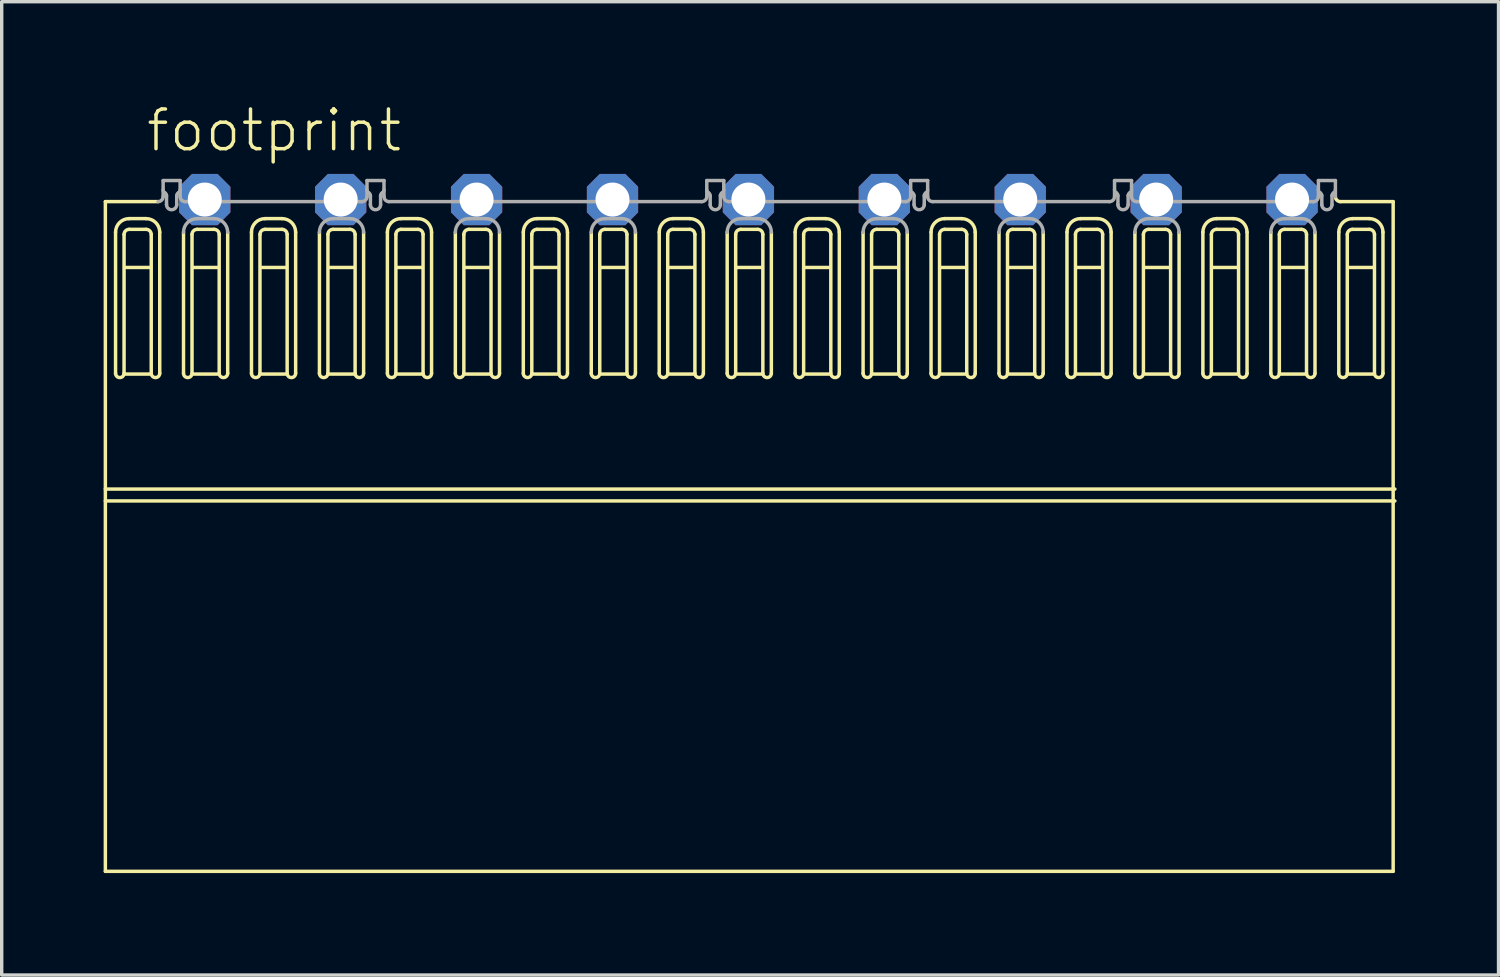
<source format=kicad_pcb>
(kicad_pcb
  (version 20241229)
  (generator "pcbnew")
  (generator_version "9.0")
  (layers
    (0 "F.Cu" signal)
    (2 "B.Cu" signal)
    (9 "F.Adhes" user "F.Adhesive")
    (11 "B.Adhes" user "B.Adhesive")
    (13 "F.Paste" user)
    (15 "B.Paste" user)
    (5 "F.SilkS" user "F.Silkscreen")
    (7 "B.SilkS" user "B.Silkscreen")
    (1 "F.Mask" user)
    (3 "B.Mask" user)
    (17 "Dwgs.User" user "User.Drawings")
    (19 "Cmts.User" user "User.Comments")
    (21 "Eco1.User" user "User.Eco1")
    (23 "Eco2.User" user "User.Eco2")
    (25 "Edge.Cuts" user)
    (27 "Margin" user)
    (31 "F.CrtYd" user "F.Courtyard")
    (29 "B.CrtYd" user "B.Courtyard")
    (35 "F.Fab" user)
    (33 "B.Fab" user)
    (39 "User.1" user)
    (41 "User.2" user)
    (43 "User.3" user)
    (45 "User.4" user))
  (footprint "footprint"
    (layer "F.Cu")
    (at 18.976 2.823)
    (property "Reference" "footprint" (at -17.78 -1.35 0) (layer "F.SilkS") (effects (font (size 1.168 1.168) (thickness 0.102)) (justify left bottom)))
    (fp_line (start -18.925 0.061) (end -18.925 19.771) (stroke (width 0.102) (type solid)) (layer "F.SilkS"))
    (fp_line (start -18.925 0.061) (end -17.375 0.061) (stroke (width 0.102) (type solid)) (layer "F.SilkS"))
    (fp_line (start -18.925 8.52) (end 19.025 8.52) (stroke (width 0.102) (type solid)) (layer "F.SilkS"))
    (fp_line (start -18.925 8.87) (end 19.025 8.87) (stroke (width 0.102) (type solid)) (layer "F.SilkS"))
    (fp_line (start -18.625 5.114) (end -18.625 0.961) (stroke (width 0.102) (type solid)) (layer "F.SilkS"))
    (fp_line (start -18.375 1.027) (end -18.375 5.114) (stroke (width 0.102) (type solid)) (layer "F.SilkS"))
    (fp_line (start -18.325 1.999) (end -17.625 1.999) (stroke (width 0.102) (type solid)) (layer "F.SilkS"))
    (fp_line (start -18.325 5.136) (end -17.625 5.136) (stroke (width 0.102) (type solid)) (layer "F.SilkS"))
    (fp_line (start -18.225 0.561) (end -17.725 0.561) (stroke (width 0.102) (type solid)) (layer "F.SilkS"))
    (fp_line (start -17.725 0.877) (end -18.225 0.877) (stroke (width 0.102) (type solid)) (layer "F.SilkS"))
    (fp_line (start -17.575 5.114) (end -17.575 1.027) (stroke (width 0.102) (type solid)) (layer "F.SilkS"))
    (fp_line (start -17.325 0.961) (end -17.325 5.114) (stroke (width 0.102) (type solid)) (layer "F.SilkS"))
    (fp_line (start -16.625 5.114) (end -16.625 0.961) (stroke (width 0.102) (type solid)) (layer "F.SilkS"))
    (fp_line (start -16.375 1.027) (end -16.375 5.114) (stroke (width 0.102) (type solid)) (layer "F.SilkS"))
    (fp_line (start -16.325 1.999) (end -15.625 1.999) (stroke (width 0.102) (type solid)) (layer "F.SilkS"))
    (fp_line (start -16.325 5.136) (end -15.625 5.136) (stroke (width 0.102) (type solid)) (layer "F.SilkS"))
    (fp_line (start -15.725 0.877) (end -16.225 0.877) (stroke (width 0.102) (type solid)) (layer "F.SilkS"))
    (fp_line (start -15.575 5.114) (end -15.575 1.027) (stroke (width 0.102) (type solid)) (layer "F.SilkS"))
    (fp_line (start -15.325 0.961) (end -15.325 5.114) (stroke (width 0.102) (type solid)) (layer "F.SilkS"))
    (fp_line (start -14.625 5.114) (end -14.625 0.961) (stroke (width 0.102) (type solid)) (layer "F.SilkS"))
    (fp_line (start -14.375 1.027) (end -14.375 5.114) (stroke (width 0.102) (type solid)) (layer "F.SilkS"))
    (fp_line (start -14.325 1.999) (end -13.625 1.999) (stroke (width 0.102) (type solid)) (layer "F.SilkS"))
    (fp_line (start -14.325 5.136) (end -13.625 5.136) (stroke (width 0.102) (type solid)) (layer "F.SilkS"))
    (fp_line (start -14.225 0.561) (end -13.725 0.561) (stroke (width 0.102) (type solid)) (layer "F.SilkS"))
    (fp_line (start -13.725 0.877) (end -14.225 0.877) (stroke (width 0.102) (type solid)) (layer "F.SilkS"))
    (fp_line (start -13.575 5.114) (end -13.575 1.027) (stroke (width 0.102) (type solid)) (layer "F.SilkS"))
    (fp_line (start -13.325 0.961) (end -13.325 5.114) (stroke (width 0.102) (type solid)) (layer "F.SilkS"))
    (fp_line (start -12.625 5.114) (end -12.625 0.961) (stroke (width 0.102) (type solid)) (layer "F.SilkS"))
    (fp_line (start -12.375 1.027) (end -12.375 5.114) (stroke (width 0.102) (type solid)) (layer "F.SilkS"))
    (fp_line (start -12.325 1.999) (end -11.625 1.999) (stroke (width 0.102) (type solid)) (layer "F.SilkS"))
    (fp_line (start -12.325 5.136) (end -11.625 5.136) (stroke (width 0.102) (type solid)) (layer "F.SilkS"))
    (fp_line (start -11.725 0.877) (end -12.225 0.877) (stroke (width 0.102) (type solid)) (layer "F.SilkS"))
    (fp_line (start -11.575 5.114) (end -11.575 1.027) (stroke (width 0.102) (type solid)) (layer "F.SilkS"))
    (fp_line (start -11.325 0.961) (end -11.325 5.114) (stroke (width 0.102) (type solid)) (layer "F.SilkS"))
    (fp_line (start -10.625 5.114) (end -10.625 0.961) (stroke (width 0.102) (type solid)) (layer "F.SilkS"))
    (fp_line (start -10.375 1.027) (end -10.375 5.114) (stroke (width 0.102) (type solid)) (layer "F.SilkS"))
    (fp_line (start -10.325 1.999) (end -9.625 1.999) (stroke (width 0.102) (type solid)) (layer "F.SilkS"))
    (fp_line (start -10.325 5.136) (end -9.625 5.136) (stroke (width 0.102) (type solid)) (layer "F.SilkS"))
    (fp_line (start -10.225 0.561) (end -9.725 0.561) (stroke (width 0.102) (type solid)) (layer "F.SilkS"))
    (fp_line (start -9.725 0.877) (end -10.225 0.877) (stroke (width 0.102) (type solid)) (layer "F.SilkS"))
    (fp_line (start -9.575 5.114) (end -9.575 1.027) (stroke (width 0.102) (type solid)) (layer "F.SilkS"))
    (fp_line (start -9.325 0.961) (end -9.325 5.114) (stroke (width 0.102) (type solid)) (layer "F.SilkS"))
    (fp_line (start -8.625 5.114) (end -8.625 0.961) (stroke (width 0.102) (type solid)) (layer "F.SilkS"))
    (fp_line (start -8.375 1.027) (end -8.375 5.114) (stroke (width 0.102) (type solid)) (layer "F.SilkS"))
    (fp_line (start -8.325 1.999) (end -7.625 1.999) (stroke (width 0.102) (type solid)) (layer "F.SilkS"))
    (fp_line (start -8.325 5.136) (end -7.625 5.136) (stroke (width 0.102) (type solid)) (layer "F.SilkS"))
    (fp_line (start -7.725 0.877) (end -8.225 0.877) (stroke (width 0.102) (type solid)) (layer "F.SilkS"))
    (fp_line (start -7.575 5.114) (end -7.575 1.027) (stroke (width 0.102) (type solid)) (layer "F.SilkS"))
    (fp_line (start -7.325 0.961) (end -7.325 5.114) (stroke (width 0.102) (type solid)) (layer "F.SilkS"))
    (fp_line (start -6.625 5.114) (end -6.625 0.961) (stroke (width 0.102) (type solid)) (layer "F.SilkS"))
    (fp_line (start -6.375 1.027) (end -6.375 5.114) (stroke (width 0.102) (type solid)) (layer "F.SilkS"))
    (fp_line (start -6.325 1.999) (end -5.625 1.999) (stroke (width 0.102) (type solid)) (layer "F.SilkS"))
    (fp_line (start -6.325 5.136) (end -5.625 5.136) (stroke (width 0.102) (type solid)) (layer "F.SilkS"))
    (fp_line (start -6.225 0.561) (end -5.725 0.561) (stroke (width 0.102) (type solid)) (layer "F.SilkS"))
    (fp_line (start -5.725 0.877) (end -6.225 0.877) (stroke (width 0.102) (type solid)) (layer "F.SilkS"))
    (fp_line (start -5.575 5.114) (end -5.575 1.027) (stroke (width 0.102) (type solid)) (layer "F.SilkS"))
    (fp_line (start -5.325 0.961) (end -5.325 5.114) (stroke (width 0.102) (type solid)) (layer "F.SilkS"))
    (fp_line (start -4.625 5.114) (end -4.625 0.961) (stroke (width 0.102) (type solid)) (layer "F.SilkS"))
    (fp_line (start -4.375 1.027) (end -4.375 5.114) (stroke (width 0.102) (type solid)) (layer "F.SilkS"))
    (fp_line (start -4.325 1.999) (end -3.625 1.999) (stroke (width 0.102) (type solid)) (layer "F.SilkS"))
    (fp_line (start -4.325 5.136) (end -3.625 5.136) (stroke (width 0.102) (type solid)) (layer "F.SilkS"))
    (fp_line (start -3.725 0.877) (end -4.225 0.877) (stroke (width 0.102) (type solid)) (layer "F.SilkS"))
    (fp_line (start -3.575 5.114) (end -3.575 1.027) (stroke (width 0.102) (type solid)) (layer "F.SilkS"))
    (fp_line (start -3.325 0.961) (end -3.325 5.114) (stroke (width 0.102) (type solid)) (layer "F.SilkS"))
    (fp_line (start -2.625 0.961) (end -2.625 5.114) (stroke (width 0.102) (type solid)) (layer "F.SilkS"))
    (fp_line (start -2.375 5.114) (end -2.375 1.027) (stroke (width 0.102) (type solid)) (layer "F.SilkS"))
    (fp_line (start -2.225 0.877) (end -1.725 0.877) (stroke (width 0.102) (type solid)) (layer "F.SilkS"))
    (fp_line (start -1.725 0.561) (end -2.225 0.561) (stroke (width 0.102) (type solid)) (layer "F.SilkS"))
    (fp_line (start -1.625 1.999) (end -2.325 1.999) (stroke (width 0.102) (type solid)) (layer "F.SilkS"))
    (fp_line (start -1.625 5.136) (end -2.325 5.136) (stroke (width 0.102) (type solid)) (layer "F.SilkS"))
    (fp_line (start -1.575 1.027) (end -1.575 5.114) (stroke (width 0.102) (type solid)) (layer "F.SilkS"))
    (fp_line (start -1.325 5.114) (end -1.325 0.961) (stroke (width 0.102) (type solid)) (layer "F.SilkS"))
    (fp_line (start -0.625 0.961) (end -0.625 5.114) (stroke (width 0.102) (type solid)) (layer "F.SilkS"))
    (fp_line (start -0.375 5.114) (end -0.375 1.027) (stroke (width 0.102) (type solid)) (layer "F.SilkS"))
    (fp_line (start -0.225 0.877) (end 0.275 0.877) (stroke (width 0.102) (type solid)) (layer "F.SilkS"))
    (fp_line (start 0.375 1.999) (end -0.325 1.999) (stroke (width 0.102) (type solid)) (layer "F.SilkS"))
    (fp_line (start 0.375 5.136) (end -0.325 5.136) (stroke (width 0.102) (type solid)) (layer "F.SilkS"))
    (fp_line (start 0.425 1.027) (end 0.425 5.114) (stroke (width 0.102) (type solid)) (layer "F.SilkS"))
    (fp_line (start 0.675 5.114) (end 0.675 0.961) (stroke (width 0.102) (type solid)) (layer "F.SilkS"))
    (fp_line (start 1.375 0.961) (end 1.375 5.114) (stroke (width 0.102) (type solid)) (layer "F.SilkS"))
    (fp_line (start 1.625 5.114) (end 1.625 1.027) (stroke (width 0.102) (type solid)) (layer "F.SilkS"))
    (fp_line (start 1.775 0.877) (end 2.275 0.877) (stroke (width 0.102) (type solid)) (layer "F.SilkS"))
    (fp_line (start 2.275 0.561) (end 1.775 0.561) (stroke (width 0.102) (type solid)) (layer "F.SilkS"))
    (fp_line (start 2.375 1.999) (end 1.675 1.999) (stroke (width 0.102) (type solid)) (layer "F.SilkS"))
    (fp_line (start 2.375 5.136) (end 1.675 5.136) (stroke (width 0.102) (type solid)) (layer "F.SilkS"))
    (fp_line (start 2.425 1.027) (end 2.425 5.114) (stroke (width 0.102) (type solid)) (layer "F.SilkS"))
    (fp_line (start 2.675 5.114) (end 2.675 0.961) (stroke (width 0.102) (type solid)) (layer "F.SilkS"))
    (fp_line (start 3.375 0.961) (end 3.375 5.114) (stroke (width 0.102) (type solid)) (layer "F.SilkS"))
    (fp_line (start 3.625 5.114) (end 3.625 1.027) (stroke (width 0.102) (type solid)) (layer "F.SilkS"))
    (fp_line (start 3.775 0.877) (end 4.275 0.877) (stroke (width 0.102) (type solid)) (layer "F.SilkS"))
    (fp_line (start 4.375 1.999) (end 3.675 1.999) (stroke (width 0.102) (type solid)) (layer "F.SilkS"))
    (fp_line (start 4.375 5.136) (end 3.675 5.136) (stroke (width 0.102) (type solid)) (layer "F.SilkS"))
    (fp_line (start 4.425 1.027) (end 4.425 5.114) (stroke (width 0.102) (type solid)) (layer "F.SilkS"))
    (fp_line (start 4.675 5.114) (end 4.675 0.961) (stroke (width 0.102) (type solid)) (layer "F.SilkS"))
    (fp_line (start 5.375 0.961) (end 5.375 5.114) (stroke (width 0.102) (type solid)) (layer "F.SilkS"))
    (fp_line (start 5.625 5.114) (end 5.625 1.027) (stroke (width 0.102) (type solid)) (layer "F.SilkS"))
    (fp_line (start 5.775 0.877) (end 6.275 0.877) (stroke (width 0.102) (type solid)) (layer "F.SilkS"))
    (fp_line (start 6.275 0.561) (end 5.775 0.561) (stroke (width 0.102) (type solid)) (layer "F.SilkS"))
    (fp_line (start 6.375 1.999) (end 5.675 1.999) (stroke (width 0.102) (type solid)) (layer "F.SilkS"))
    (fp_line (start 6.375 5.136) (end 5.675 5.136) (stroke (width 0.102) (type solid)) (layer "F.SilkS"))
    (fp_line (start 6.425 1.027) (end 6.425 5.114) (stroke (width 0.102) (type solid)) (layer "F.SilkS"))
    (fp_line (start 6.675 5.114) (end 6.675 0.961) (stroke (width 0.102) (type solid)) (layer "F.SilkS"))
    (fp_line (start 7.375 0.961) (end 7.375 5.114) (stroke (width 0.102) (type solid)) (layer "F.SilkS"))
    (fp_line (start 7.625 5.114) (end 7.625 1.027) (stroke (width 0.102) (type solid)) (layer "F.SilkS"))
    (fp_line (start 7.775 0.877) (end 8.275 0.877) (stroke (width 0.102) (type solid)) (layer "F.SilkS"))
    (fp_line (start 8.375 1.999) (end 7.675 1.999) (stroke (width 0.102) (type solid)) (layer "F.SilkS"))
    (fp_line (start 8.375 5.136) (end 7.675 5.136) (stroke (width 0.102) (type solid)) (layer "F.SilkS"))
    (fp_line (start 8.425 1.027) (end 8.425 5.114) (stroke (width 0.102) (type solid)) (layer "F.SilkS"))
    (fp_line (start 8.675 5.114) (end 8.675 0.961) (stroke (width 0.102) (type solid)) (layer "F.SilkS"))
    (fp_line (start 9.375 0.961) (end 9.375 5.114) (stroke (width 0.102) (type solid)) (layer "F.SilkS"))
    (fp_line (start 9.625 5.114) (end 9.625 1.027) (stroke (width 0.102) (type solid)) (layer "F.SilkS"))
    (fp_line (start 9.775 0.877) (end 10.275 0.877) (stroke (width 0.102) (type solid)) (layer "F.SilkS"))
    (fp_line (start 10.275 0.561) (end 9.775 0.561) (stroke (width 0.102) (type solid)) (layer "F.SilkS"))
    (fp_line (start 10.375 1.999) (end 9.675 1.999) (stroke (width 0.102) (type solid)) (layer "F.SilkS"))
    (fp_line (start 10.375 5.136) (end 9.675 5.136) (stroke (width 0.102) (type solid)) (layer "F.SilkS"))
    (fp_line (start 10.425 1.027) (end 10.425 5.114) (stroke (width 0.102) (type solid)) (layer "F.SilkS"))
    (fp_line (start 10.675 5.114) (end 10.675 0.961) (stroke (width 0.102) (type solid)) (layer "F.SilkS"))
    (fp_line (start 11.375 0.961) (end 11.375 5.114) (stroke (width 0.102) (type solid)) (layer "F.SilkS"))
    (fp_line (start 11.625 5.114) (end 11.625 1.027) (stroke (width 0.102) (type solid)) (layer "F.SilkS"))
    (fp_line (start 11.775 0.877) (end 12.275 0.877) (stroke (width 0.102) (type solid)) (layer "F.SilkS"))
    (fp_line (start 12.375 1.999) (end 11.675 1.999) (stroke (width 0.102) (type solid)) (layer "F.SilkS"))
    (fp_line (start 12.375 5.136) (end 11.675 5.136) (stroke (width 0.102) (type solid)) (layer "F.SilkS"))
    (fp_line (start 12.425 1.027) (end 12.425 5.114) (stroke (width 0.102) (type solid)) (layer "F.SilkS"))
    (fp_line (start 12.675 5.114) (end 12.675 0.961) (stroke (width 0.102) (type solid)) (layer "F.SilkS"))
    (fp_line (start 13.375 0.961) (end 13.375 5.114) (stroke (width 0.102) (type solid)) (layer "F.SilkS"))
    (fp_line (start 13.625 5.114) (end 13.625 1.027) (stroke (width 0.102) (type solid)) (layer "F.SilkS"))
    (fp_line (start 13.775 0.877) (end 14.275 0.877) (stroke (width 0.102) (type solid)) (layer "F.SilkS"))
    (fp_line (start 14.275 0.561) (end 13.775 0.561) (stroke (width 0.102) (type solid)) (layer "F.SilkS"))
    (fp_line (start 14.375 1.999) (end 13.675 1.999) (stroke (width 0.102) (type solid)) (layer "F.SilkS"))
    (fp_line (start 14.375 5.136) (end 13.675 5.136) (stroke (width 0.102) (type solid)) (layer "F.SilkS"))
    (fp_line (start 14.425 1.027) (end 14.425 5.114) (stroke (width 0.102) (type solid)) (layer "F.SilkS"))
    (fp_line (start 14.675 5.114) (end 14.675 0.961) (stroke (width 0.102) (type solid)) (layer "F.SilkS"))
    (fp_line (start 15.375 0.961) (end 15.375 5.114) (stroke (width 0.102) (type solid)) (layer "F.SilkS"))
    (fp_line (start 15.625 5.114) (end 15.625 1.027) (stroke (width 0.102) (type solid)) (layer "F.SilkS"))
    (fp_line (start 15.775 0.877) (end 16.275 0.877) (stroke (width 0.102) (type solid)) (layer "F.SilkS"))
    (fp_line (start 16.375 1.999) (end 15.675 1.999) (stroke (width 0.102) (type solid)) (layer "F.SilkS"))
    (fp_line (start 16.375 5.136) (end 15.675 5.136) (stroke (width 0.102) (type solid)) (layer "F.SilkS"))
    (fp_line (start 16.425 1.027) (end 16.425 5.114) (stroke (width 0.102) (type solid)) (layer "F.SilkS"))
    (fp_line (start 16.675 5.114) (end 16.675 0.961) (stroke (width 0.102) (type solid)) (layer "F.SilkS"))
    (fp_line (start 17.375 0.961) (end 17.375 5.114) (stroke (width 0.102) (type solid)) (layer "F.SilkS"))
    (fp_line (start 17.425 0.061) (end 18.975 0.061) (stroke (width 0.102) (type solid)) (layer "F.SilkS"))
    (fp_line (start 17.625 5.114) (end 17.625 1.027) (stroke (width 0.102) (type solid)) (layer "F.SilkS"))
    (fp_line (start 17.775 0.877) (end 18.275 0.877) (stroke (width 0.102) (type solid)) (layer "F.SilkS"))
    (fp_line (start 18.275 0.561) (end 17.775 0.561) (stroke (width 0.102) (type solid)) (layer "F.SilkS"))
    (fp_line (start 18.375 1.999) (end 17.675 1.999) (stroke (width 0.102) (type solid)) (layer "F.SilkS"))
    (fp_line (start 18.375 5.136) (end 17.675 5.136) (stroke (width 0.102) (type solid)) (layer "F.SilkS"))
    (fp_line (start 18.425 1.027) (end 18.425 5.114) (stroke (width 0.102) (type solid)) (layer "F.SilkS"))
    (fp_line (start 18.675 5.114) (end 18.675 0.961) (stroke (width 0.102) (type solid)) (layer "F.SilkS"))
    (fp_line (start 18.975 0.061) (end 18.975 19.771) (stroke (width 0.102) (type solid)) (layer "F.SilkS"))
    (fp_line (start 18.975 19.771) (end -18.925 19.771) (stroke (width 0.102) (type solid)) (layer "F.SilkS"))
    (fp_arc (start -18.6252 0.9612) (mid -18.508043 0.678357) (end -18.2252 0.5612) (stroke (width 0.1016) (type solid)) (layer "F.SilkS"))
    (fp_arc (start -18.3752 1.0269) (mid -18.331266 0.920834) (end -18.2252 0.8769) (stroke (width 0.1016) (type solid)) (layer "F.SilkS"))
    (fp_arc (start -18.3752 5.1139) (mid -18.5002 5.2389) (end -18.6252 5.1139) (stroke (width 0.1016) (type solid)) (layer "F.SilkS"))
    (fp_arc (start -17.7252 0.5612) (mid -17.442357 0.678357) (end -17.3252 0.9612) (stroke (width 0.1016) (type solid)) (layer "F.SilkS"))
    (fp_arc (start -17.7252 0.8769) (mid -17.619134 0.920834) (end -17.5752 1.0269) (stroke (width 0.1016) (type solid)) (layer "F.SilkS"))
    (fp_arc (start -17.3252 5.1139) (mid -17.4502 5.2389) (end -17.5752 5.1139) (stroke (width 0.1016) (type solid)) (layer "F.SilkS"))
    (fp_arc (start -16.3752 1.0269) (mid -16.331266 0.920834) (end -16.2252 0.8769) (stroke (width 0.1016) (type solid)) (layer "F.SilkS"))
    (fp_arc (start -16.3752 5.1139) (mid -16.5002 5.2389) (end -16.6252 5.1139) (stroke (width 0.1016) (type solid)) (layer "F.SilkS"))
    (fp_arc (start -15.7252 0.8769) (mid -15.619134 0.920834) (end -15.5752 1.0269) (stroke (width 0.1016) (type solid)) (layer "F.SilkS"))
    (fp_arc (start -15.3252 5.1139) (mid -15.4502 5.2389) (end -15.5752 5.1139) (stroke (width 0.1016) (type solid)) (layer "F.SilkS"))
    (fp_arc (start -14.6252 0.9612) (mid -14.508043 0.678357) (end -14.2252 0.5612) (stroke (width 0.1016) (type solid)) (layer "F.SilkS"))
    (fp_arc (start -14.3752 1.0269) (mid -14.331266 0.920834) (end -14.2252 0.8769) (stroke (width 0.1016) (type solid)) (layer "F.SilkS"))
    (fp_arc (start -14.3752 5.1139) (mid -14.5002 5.2389) (end -14.6252 5.1139) (stroke (width 0.1016) (type solid)) (layer "F.SilkS"))
    (fp_arc (start -13.7252 0.5612) (mid -13.442357 0.678357) (end -13.3252 0.9612) (stroke (width 0.1016) (type solid)) (layer "F.SilkS"))
    (fp_arc (start -13.7252 0.8769) (mid -13.619134 0.920834) (end -13.5752 1.0269) (stroke (width 0.1016) (type solid)) (layer "F.SilkS"))
    (fp_arc (start -13.3252 5.1139) (mid -13.4502 5.2389) (end -13.5752 5.1139) (stroke (width 0.1016) (type solid)) (layer "F.SilkS"))
    (fp_arc (start -12.3752 1.0269) (mid -12.331266 0.920834) (end -12.2252 0.8769) (stroke (width 0.1016) (type solid)) (layer "F.SilkS"))
    (fp_arc (start -12.3752 5.1139) (mid -12.5002 5.2389) (end -12.6252 5.1139) (stroke (width 0.1016) (type solid)) (layer "F.SilkS"))
    (fp_arc (start -11.7252 0.8769) (mid -11.619134 0.920834) (end -11.5752 1.0269) (stroke (width 0.1016) (type solid)) (layer "F.SilkS"))
    (fp_arc (start -11.3252 5.1139) (mid -11.4502 5.2389) (end -11.5752 5.1139) (stroke (width 0.1016) (type solid)) (layer "F.SilkS"))
    (fp_arc (start -10.6252 0.9612) (mid -10.508043 0.678357) (end -10.2252 0.5612) (stroke (width 0.1016) (type solid)) (layer "F.SilkS"))
    (fp_arc (start -10.3752 1.0269) (mid -10.331266 0.920834) (end -10.2252 0.8769) (stroke (width 0.1016) (type solid)) (layer "F.SilkS"))
    (fp_arc (start -10.3752 5.1139) (mid -10.5002 5.2389) (end -10.6252 5.1139) (stroke (width 0.1016) (type solid)) (layer "F.SilkS"))
    (fp_arc (start -9.7252 0.5612) (mid -9.442357 0.678357) (end -9.3252 0.9612) (stroke (width 0.1016) (type solid)) (layer "F.SilkS"))
    (fp_arc (start -9.7252 0.8769) (mid -9.619134 0.920834) (end -9.5752 1.0269) (stroke (width 0.1016) (type solid)) (layer "F.SilkS"))
    (fp_arc (start -9.3252 5.1139) (mid -9.4502 5.2389) (end -9.5752 5.1139) (stroke (width 0.1016) (type solid)) (layer "F.SilkS"))
    (fp_arc (start -8.3752 1.0269) (mid -8.331266 0.920834) (end -8.2252 0.8769) (stroke (width 0.1016) (type solid)) (layer "F.SilkS"))
    (fp_arc (start -8.3752 5.1139) (mid -8.5002 5.2389) (end -8.6252 5.1139) (stroke (width 0.1016) (type solid)) (layer "F.SilkS"))
    (fp_arc (start -7.7252 0.8769) (mid -7.619134 0.920834) (end -7.5752 1.0269) (stroke (width 0.1016) (type solid)) (layer "F.SilkS"))
    (fp_arc (start -7.3252 5.1139) (mid -7.4502 5.2389) (end -7.5752 5.1139) (stroke (width 0.1016) (type solid)) (layer "F.SilkS"))
    (fp_arc (start -6.6252 0.9612) (mid -6.508043 0.678357) (end -6.2252 0.5612) (stroke (width 0.1016) (type solid)) (layer "F.SilkS"))
    (fp_arc (start -6.3752 1.0269) (mid -6.331266 0.920834) (end -6.2252 0.8769) (stroke (width 0.1016) (type solid)) (layer "F.SilkS"))
    (fp_arc (start -6.3752 5.1139) (mid -6.5002 5.2389) (end -6.6252 5.1139) (stroke (width 0.1016) (type solid)) (layer "F.SilkS"))
    (fp_arc (start -5.7252 0.5612) (mid -5.442357 0.678357) (end -5.3252 0.9612) (stroke (width 0.1016) (type solid)) (layer "F.SilkS"))
    (fp_arc (start -5.7252 0.8769) (mid -5.619134 0.920834) (end -5.5752 1.0269) (stroke (width 0.1016) (type solid)) (layer "F.SilkS"))
    (fp_arc (start -5.3252 5.1139) (mid -5.4502 5.2389) (end -5.5752 5.1139) (stroke (width 0.1016) (type solid)) (layer "F.SilkS"))
    (fp_arc (start -4.3752 1.0269) (mid -4.331266 0.920834) (end -4.2252 0.8769) (stroke (width 0.1016) (type solid)) (layer "F.SilkS"))
    (fp_arc (start -4.3752 5.1139) (mid -4.5002 5.2389) (end -4.6252 5.1139) (stroke (width 0.1016) (type solid)) (layer "F.SilkS"))
    (fp_arc (start -3.7252 0.8769) (mid -3.619134 0.920834) (end -3.5752 1.0269) (stroke (width 0.1016) (type solid)) (layer "F.SilkS"))
    (fp_arc (start -3.3252 5.1139) (mid -3.4502 5.2389) (end -3.5752 5.1139) (stroke (width 0.1016) (type solid)) (layer "F.SilkS"))
    (fp_arc (start -2.6252 0.9612) (mid -2.508043 0.678357) (end -2.2252 0.5612) (stroke (width 0.1016) (type solid)) (layer "F.SilkS"))
    (fp_arc (start -2.3752 1.0269) (mid -2.331266 0.920834) (end -2.2252 0.8769) (stroke (width 0.1016) (type solid)) (layer "F.SilkS"))
    (fp_arc (start -2.3752 5.1139) (mid -2.5002 5.2389) (end -2.6252 5.1139) (stroke (width 0.1016) (type solid)) (layer "F.SilkS"))
    (fp_arc (start -1.7252 0.5612) (mid -1.442357 0.678357) (end -1.3252 0.9612) (stroke (width 0.1016) (type solid)) (layer "F.SilkS"))
    (fp_arc (start -1.7252 0.8769) (mid -1.619134 0.920834) (end -1.5752 1.0269) (stroke (width 0.1016) (type solid)) (layer "F.SilkS"))
    (fp_arc (start -1.3252 5.1139) (mid -1.4502 5.2389) (end -1.5752 5.1139) (stroke (width 0.1016) (type solid)) (layer "F.SilkS"))
    (fp_arc (start -0.3752 1.0269) (mid -0.331266 0.920834) (end -0.2252 0.8769) (stroke (width 0.1016) (type solid)) (layer "F.SilkS"))
    (fp_arc (start -0.3752 5.1139) (mid -0.5002 5.2389) (end -0.6252 5.1139) (stroke (width 0.1016) (type solid)) (layer "F.SilkS"))
    (fp_arc (start 0.2748 0.8769) (mid 0.380866 0.920834) (end 0.4248 1.0269) (stroke (width 0.1016) (type solid)) (layer "F.SilkS"))
    (fp_arc (start 0.6748 5.1139) (mid 0.5498 5.2389) (end 0.4248 5.1139) (stroke (width 0.1016) (type solid)) (layer "F.SilkS"))
    (fp_arc (start 1.3748 0.9612) (mid 1.491957 0.678357) (end 1.7748 0.5612) (stroke (width 0.1016) (type solid)) (layer "F.SilkS"))
    (fp_arc (start 1.6248 1.0269) (mid 1.668734 0.920834) (end 1.7748 0.8769) (stroke (width 0.1016) (type solid)) (layer "F.SilkS"))
    (fp_arc (start 1.6248 5.1139) (mid 1.4998 5.2389) (end 1.3748 5.1139) (stroke (width 0.1016) (type solid)) (layer "F.SilkS"))
    (fp_arc (start 2.2748 0.5612) (mid 2.557643 0.678357) (end 2.6748 0.9612) (stroke (width 0.1016) (type solid)) (layer "F.SilkS"))
    (fp_arc (start 2.2748 0.8769) (mid 2.380866 0.920834) (end 2.4248 1.0269) (stroke (width 0.1016) (type solid)) (layer "F.SilkS"))
    (fp_arc (start 2.6748 5.1139) (mid 2.5498 5.2389) (end 2.4248 5.1139) (stroke (width 0.1016) (type solid)) (layer "F.SilkS"))
    (fp_arc (start 3.6248 1.0269) (mid 3.668734 0.920834) (end 3.7748 0.8769) (stroke (width 0.1016) (type solid)) (layer "F.SilkS"))
    (fp_arc (start 3.6248 5.1139) (mid 3.4998 5.2389) (end 3.3748 5.1139) (stroke (width 0.1016) (type solid)) (layer "F.SilkS"))
    (fp_arc (start 4.2748 0.8769) (mid 4.380866 0.920834) (end 4.4248 1.0269) (stroke (width 0.1016) (type solid)) (layer "F.SilkS"))
    (fp_arc (start 4.6748 5.1139) (mid 4.5498 5.2389) (end 4.4248 5.1139) (stroke (width 0.1016) (type solid)) (layer "F.SilkS"))
    (fp_arc (start 5.3748 0.9612) (mid 5.491957 0.678357) (end 5.7748 0.5612) (stroke (width 0.1016) (type solid)) (layer "F.SilkS"))
    (fp_arc (start 5.6248 1.0269) (mid 5.668734 0.920834) (end 5.7748 0.8769) (stroke (width 0.1016) (type solid)) (layer "F.SilkS"))
    (fp_arc (start 5.6248 5.1139) (mid 5.4998 5.2389) (end 5.3748 5.1139) (stroke (width 0.1016) (type solid)) (layer "F.SilkS"))
    (fp_arc (start 6.2748 0.5612) (mid 6.557643 0.678357) (end 6.6748 0.9612) (stroke (width 0.1016) (type solid)) (layer "F.SilkS"))
    (fp_arc (start 6.2748 0.8769) (mid 6.380866 0.920834) (end 6.4248 1.0269) (stroke (width 0.1016) (type solid)) (layer "F.SilkS"))
    (fp_arc (start 6.6748 5.1139) (mid 6.5498 5.2389) (end 6.4248 5.1139) (stroke (width 0.1016) (type solid)) (layer "F.SilkS"))
    (fp_arc (start 7.6248 1.0269) (mid 7.668734 0.920834) (end 7.7748 0.8769) (stroke (width 0.1016) (type solid)) (layer "F.SilkS"))
    (fp_arc (start 7.6248 5.1139) (mid 7.4998 5.2389) (end 7.3748 5.1139) (stroke (width 0.1016) (type solid)) (layer "F.SilkS"))
    (fp_arc (start 8.2748 0.8769) (mid 8.380866 0.920834) (end 8.4248 1.0269) (stroke (width 0.1016) (type solid)) (layer "F.SilkS"))
    (fp_arc (start 8.6748 5.1139) (mid 8.5498 5.2389) (end 8.4248 5.1139) (stroke (width 0.1016) (type solid)) (layer "F.SilkS"))
    (fp_arc (start 9.3748 0.9612) (mid 9.491957 0.678357) (end 9.7748 0.5612) (stroke (width 0.1016) (type solid)) (layer "F.SilkS"))
    (fp_arc (start 9.6248 1.0269) (mid 9.668734 0.920834) (end 9.7748 0.8769) (stroke (width 0.1016) (type solid)) (layer "F.SilkS"))
    (fp_arc (start 9.6248 5.1139) (mid 9.4998 5.2389) (end 9.3748 5.1139) (stroke (width 0.1016) (type solid)) (layer "F.SilkS"))
    (fp_arc (start 10.2748 0.5612) (mid 10.557643 0.678357) (end 10.6748 0.9612) (stroke (width 0.1016) (type solid)) (layer "F.SilkS"))
    (fp_arc (start 10.2748 0.8769) (mid 10.380866 0.920834) (end 10.4248 1.0269) (stroke (width 0.1016) (type solid)) (layer "F.SilkS"))
    (fp_arc (start 10.6748 5.1139) (mid 10.5498 5.2389) (end 10.4248 5.1139) (stroke (width 0.1016) (type solid)) (layer "F.SilkS"))
    (fp_arc (start 11.6248 1.0269) (mid 11.668734 0.920834) (end 11.7748 0.8769) (stroke (width 0.1016) (type solid)) (layer "F.SilkS"))
    (fp_arc (start 11.6248 5.1139) (mid 11.4998 5.2389) (end 11.3748 5.1139) (stroke (width 0.1016) (type solid)) (layer "F.SilkS"))
    (fp_arc (start 12.2748 0.8769) (mid 12.380866 0.920834) (end 12.4248 1.0269) (stroke (width 0.1016) (type solid)) (layer "F.SilkS"))
    (fp_arc (start 12.6748 5.1139) (mid 12.5498 5.2389) (end 12.4248 5.1139) (stroke (width 0.1016) (type solid)) (layer "F.SilkS"))
    (fp_arc (start 13.3748 0.9612) (mid 13.491957 0.678357) (end 13.7748 0.5612) (stroke (width 0.1016) (type solid)) (layer "F.SilkS"))
    (fp_arc (start 13.6248 1.0269) (mid 13.668734 0.920834) (end 13.7748 0.8769) (stroke (width 0.1016) (type solid)) (layer "F.SilkS"))
    (fp_arc (start 13.6248 5.1139) (mid 13.4998 5.2389) (end 13.3748 5.1139) (stroke (width 0.1016) (type solid)) (layer "F.SilkS"))
    (fp_arc (start 14.2748 0.5612) (mid 14.557643 0.678357) (end 14.6748 0.9612) (stroke (width 0.1016) (type solid)) (layer "F.SilkS"))
    (fp_arc (start 14.2748 0.8769) (mid 14.380866 0.920834) (end 14.4248 1.0269) (stroke (width 0.1016) (type solid)) (layer "F.SilkS"))
    (fp_arc (start 14.6748 5.1139) (mid 14.5498 5.2389) (end 14.4248 5.1139) (stroke (width 0.1016) (type solid)) (layer "F.SilkS"))
    (fp_arc (start 15.6248 1.0269) (mid 15.668734 0.920834) (end 15.7748 0.8769) (stroke (width 0.1016) (type solid)) (layer "F.SilkS"))
    (fp_arc (start 15.6248 5.1139) (mid 15.4998 5.2389) (end 15.3748 5.1139) (stroke (width 0.1016) (type solid)) (layer "F.SilkS"))
    (fp_arc (start 16.2748 0.8769) (mid 16.380866 0.920834) (end 16.4248 1.0269) (stroke (width 0.1016) (type solid)) (layer "F.SilkS"))
    (fp_arc (start 16.6748 5.1139) (mid 16.5498 5.2389) (end 16.4248 5.1139) (stroke (width 0.1016) (type solid)) (layer "F.SilkS"))
    (fp_arc (start 17.3748 0.9612) (mid 17.491957 0.678357) (end 17.7748 0.5612) (stroke (width 0.1016) (type solid)) (layer "F.SilkS"))
    (fp_arc (start 17.4249 0.0612) (mid 17.318769 0.017301) (end 17.2748 -0.0888) (stroke (width 0.1016) (type solid)) (layer "F.SilkS"))
    (fp_arc (start 17.6248 1.0269) (mid 17.668734 0.920834) (end 17.7748 0.8769) (stroke (width 0.1016) (type solid)) (layer "F.SilkS"))
    (fp_arc (start 17.6248 5.1139) (mid 17.4998 5.2389) (end 17.3748 5.1139) (stroke (width 0.1016) (type solid)) (layer "F.SilkS"))
    (fp_arc (start 18.2748 0.5612) (mid 18.557643 0.678357) (end 18.6748 0.9612) (stroke (width 0.1016) (type solid)) (layer "F.SilkS"))
    (fp_arc (start 18.2748 0.8769) (mid 18.380866 0.920834) (end 18.4248 1.0269) (stroke (width 0.1016) (type solid)) (layer "F.SilkS"))
    (fp_arc (start 18.6748 5.1139) (mid 18.5498 5.2389) (end 18.4248 5.1139) (stroke (width 0.1016) (type solid)) (layer "F.SilkS"))
    (fp_line (start -17.225 -0.559) (end -16.725 -0.559) (stroke (width 0.102) (type solid)) (layer "F.Fab"))
    (fp_line (start -17.225 -0.089) (end -17.225 -0.559) (stroke (width 0.102) (type solid)) (layer "F.Fab"))
    (fp_line (start -17.125 -0.113) (end -17.125 0.149) (stroke (width 0.102) (type solid)) (layer "F.Fab"))
    (fp_line (start -16.825 0.149) (end -16.825 -0.113) (stroke (width 0.102) (type solid)) (layer "F.Fab"))
    (fp_line (start -16.725 -0.559) (end -16.725 -0.089) (stroke (width 0.102) (type solid)) (layer "F.Fab"))
    (fp_line (start -16.575 0.061) (end -11.375 0.061) (stroke (width 0.102) (type solid)) (layer "F.Fab"))
    (fp_line (start -16.225 0.561) (end -15.725 0.561) (stroke (width 0.102) (type solid)) (layer "F.Fab"))
    (fp_line (start -12.225 0.561) (end -11.725 0.561) (stroke (width 0.102) (type solid)) (layer "F.Fab"))
    (fp_line (start -11.225 -0.559) (end -10.725 -0.559) (stroke (width 0.102) (type solid)) (layer "F.Fab"))
    (fp_line (start -11.225 -0.089) (end -11.225 -0.559) (stroke (width 0.102) (type solid)) (layer "F.Fab"))
    (fp_line (start -11.125 -0.113) (end -11.125 0.149) (stroke (width 0.102) (type solid)) (layer "F.Fab"))
    (fp_line (start -10.825 0.149) (end -10.825 -0.113) (stroke (width 0.102) (type solid)) (layer "F.Fab"))
    (fp_line (start -10.725 -0.559) (end -10.725 -0.089) (stroke (width 0.102) (type solid)) (layer "F.Fab"))
    (fp_line (start -10.575 0.061) (end -1.375 0.061) (stroke (width 0.102) (type solid)) (layer "F.Fab"))
    (fp_line (start -8.225 0.561) (end -7.725 0.561) (stroke (width 0.102) (type solid)) (layer "F.Fab"))
    (fp_line (start -4.225 0.561) (end -3.725 0.561) (stroke (width 0.102) (type solid)) (layer "F.Fab"))
    (fp_line (start -1.225 -0.559) (end -0.725 -0.559) (stroke (width 0.102) (type solid)) (layer "F.Fab"))
    (fp_line (start -1.225 -0.089) (end -1.225 -0.559) (stroke (width 0.102) (type solid)) (layer "F.Fab"))
    (fp_line (start -1.125 -0.113) (end -1.125 0.149) (stroke (width 0.102) (type solid)) (layer "F.Fab"))
    (fp_line (start -0.825 0.149) (end -0.825 -0.113) (stroke (width 0.102) (type solid)) (layer "F.Fab"))
    (fp_line (start -0.725 -0.559) (end -0.725 -0.089) (stroke (width 0.102) (type solid)) (layer "F.Fab"))
    (fp_line (start -0.575 0.061) (end 4.625 0.061) (stroke (width 0.102) (type solid)) (layer "F.Fab"))
    (fp_line (start 0.275 0.561) (end -0.225 0.561) (stroke (width 0.102) (type solid)) (layer "F.Fab"))
    (fp_line (start 4.275 0.561) (end 3.775 0.561) (stroke (width 0.102) (type solid)) (layer "F.Fab"))
    (fp_line (start 4.775 -0.559) (end 5.275 -0.559) (stroke (width 0.102) (type solid)) (layer "F.Fab"))
    (fp_line (start 4.775 -0.089) (end 4.775 -0.559) (stroke (width 0.102) (type solid)) (layer "F.Fab"))
    (fp_line (start 4.875 -0.113) (end 4.875 0.149) (stroke (width 0.102) (type solid)) (layer "F.Fab"))
    (fp_line (start 5.175 0.149) (end 5.175 -0.113) (stroke (width 0.102) (type solid)) (layer "F.Fab"))
    (fp_line (start 5.275 -0.559) (end 5.275 -0.089) (stroke (width 0.102) (type solid)) (layer "F.Fab"))
    (fp_line (start 5.425 0.061) (end 10.625 0.061) (stroke (width 0.102) (type solid)) (layer "F.Fab"))
    (fp_line (start 8.275 0.561) (end 7.775 0.561) (stroke (width 0.102) (type solid)) (layer "F.Fab"))
    (fp_line (start 10.775 -0.559) (end 11.275 -0.559) (stroke (width 0.102) (type solid)) (layer "F.Fab"))
    (fp_line (start 10.775 -0.089) (end 10.775 -0.559) (stroke (width 0.102) (type solid)) (layer "F.Fab"))
    (fp_line (start 10.875 -0.113) (end 10.875 0.149) (stroke (width 0.102) (type solid)) (layer "F.Fab"))
    (fp_line (start 11.175 0.149) (end 11.175 -0.113) (stroke (width 0.102) (type solid)) (layer "F.Fab"))
    (fp_line (start 11.275 -0.559) (end 11.275 -0.089) (stroke (width 0.102) (type solid)) (layer "F.Fab"))
    (fp_line (start 11.425 0.061) (end 16.625 0.061) (stroke (width 0.102) (type solid)) (layer "F.Fab"))
    (fp_line (start 12.275 0.561) (end 11.775 0.561) (stroke (width 0.102) (type solid)) (layer "F.Fab"))
    (fp_line (start 16.275 0.561) (end 15.775 0.561) (stroke (width 0.102) (type solid)) (layer "F.Fab"))
    (fp_line (start 16.775 -0.559) (end 17.275 -0.559) (stroke (width 0.102) (type solid)) (layer "F.Fab"))
    (fp_line (start 16.775 -0.089) (end 16.775 -0.559) (stroke (width 0.102) (type solid)) (layer "F.Fab"))
    (fp_line (start 16.875 -0.113) (end 16.875 0.149) (stroke (width 0.102) (type solid)) (layer "F.Fab"))
    (fp_line (start 17.175 0.149) (end 17.175 -0.113) (stroke (width 0.102) (type solid)) (layer "F.Fab"))
    (fp_line (start 17.275 -0.559) (end 17.275 -0.089) (stroke (width 0.102) (type solid)) (layer "F.Fab"))
    (fp_arc (start -17.2251 -0.0888) (mid -17.269034 0.017266) (end -17.3751 0.0612) (stroke (width 0.1016) (type solid)) (layer "F.Fab"))
    (fp_arc (start -17.1751 -0.1997) (mid -17.138498 -0.163099) (end -17.1251 -0.1131) (stroke (width 0.1016) (type solid)) (layer "F.Fab"))
    (fp_arc (start -17.1751 -0.199699) (mid -17.211702 -0.236301) (end -17.2251 -0.2863) (stroke (width 0.1016) (type solid)) (layer "F.Fab"))
    (fp_arc (start -16.8251 -0.113099) (mid -16.811702 -0.163098) (end -16.7751 -0.1997) (stroke (width 0.1016) (type solid)) (layer "F.Fab"))
    (fp_arc (start -16.8251 0.149) (mid -16.9751 0.299) (end -17.1251 0.149) (stroke (width 0.1016) (type solid)) (layer "F.Fab"))
    (fp_arc (start -16.7251 -0.2863) (mid -16.738498 -0.236301) (end -16.7751 -0.1997) (stroke (width 0.1016) (type solid)) (layer "F.Fab"))
    (fp_arc (start -16.6252 0.9612) (mid -16.508043 0.678357) (end -16.2252 0.5612) (stroke (width 0.1016) (type solid)) (layer "F.Fab"))
    (fp_arc (start -16.5751 0.0612) (mid -16.681166 0.017266) (end -16.7251 -0.0888) (stroke (width 0.1016) (type solid)) (layer "F.Fab"))
    (fp_arc (start -15.7252 0.5612) (mid -15.442357 0.678357) (end -15.3252 0.9612) (stroke (width 0.1016) (type solid)) (layer "F.Fab"))
    (fp_arc (start -12.6252 0.9612) (mid -12.508043 0.678357) (end -12.2252 0.5612) (stroke (width 0.1016) (type solid)) (layer "F.Fab"))
    (fp_arc (start -11.7252 0.5612) (mid -11.442357 0.678357) (end -11.3252 0.9612) (stroke (width 0.1016) (type solid)) (layer "F.Fab"))
    (fp_arc (start -11.2251 -0.0888) (mid -11.269034 0.017266) (end -11.3751 0.0612) (stroke (width 0.1016) (type solid)) (layer "F.Fab"))
    (fp_arc (start -11.1751 -0.1997) (mid -11.138498 -0.163099) (end -11.1251 -0.1131) (stroke (width 0.1016) (type solid)) (layer "F.Fab"))
    (fp_arc (start -11.1751 -0.199699) (mid -11.211702 -0.236301) (end -11.2251 -0.2863) (stroke (width 0.1016) (type solid)) (layer "F.Fab"))
    (fp_arc (start -10.8251 -0.113099) (mid -10.811702 -0.163098) (end -10.7751 -0.1997) (stroke (width 0.1016) (type solid)) (layer "F.Fab"))
    (fp_arc (start -10.8251 0.149) (mid -10.9751 0.299) (end -11.1251 0.149) (stroke (width 0.1016) (type solid)) (layer "F.Fab"))
    (fp_arc (start -10.7251 -0.2863) (mid -10.738498 -0.236301) (end -10.7751 -0.1997) (stroke (width 0.1016) (type solid)) (layer "F.Fab"))
    (fp_arc (start -10.5751 0.0612) (mid -10.681166 0.017266) (end -10.7251 -0.0888) (stroke (width 0.1016) (type solid)) (layer "F.Fab"))
    (fp_arc (start -8.6252 0.9612) (mid -8.508043 0.678357) (end -8.2252 0.5612) (stroke (width 0.1016) (type solid)) (layer "F.Fab"))
    (fp_arc (start -7.7252 0.5612) (mid -7.442357 0.678357) (end -7.3252 0.9612) (stroke (width 0.1016) (type solid)) (layer "F.Fab"))
    (fp_arc (start -4.6252 0.9612) (mid -4.508043 0.678357) (end -4.2252 0.5612) (stroke (width 0.1016) (type solid)) (layer "F.Fab"))
    (fp_arc (start -3.7252 0.5612) (mid -3.442357 0.678357) (end -3.3252 0.9612) (stroke (width 0.1016) (type solid)) (layer "F.Fab"))
    (fp_arc (start -1.2252 -0.0888) (mid -1.269134 0.017266) (end -1.3752 0.0612) (stroke (width 0.1016) (type solid)) (layer "F.Fab"))
    (fp_arc (start -1.1752 -0.1997) (mid -1.138598 -0.163099) (end -1.1252 -0.1131) (stroke (width 0.1016) (type solid)) (layer "F.Fab"))
    (fp_arc (start -1.1752 -0.199699) (mid -1.211802 -0.236301) (end -1.2252 -0.2863) (stroke (width 0.1016) (type solid)) (layer "F.Fab"))
    (fp_arc (start -0.8252 -0.113099) (mid -0.811802 -0.163098) (end -0.7752 -0.1997) (stroke (width 0.1016) (type solid)) (layer "F.Fab"))
    (fp_arc (start -0.8252 0.149) (mid -0.9752 0.299) (end -1.1252 0.149) (stroke (width 0.1016) (type solid)) (layer "F.Fab"))
    (fp_arc (start -0.7252 -0.2863) (mid -0.738598 -0.236301) (end -0.7752 -0.1997) (stroke (width 0.1016) (type solid)) (layer "F.Fab"))
    (fp_arc (start -0.625199 0.961201) (mid -0.508042 0.678358) (end -0.2252 0.5612) (stroke (width 0.1016) (type solid)) (layer "F.Fab"))
    (fp_arc (start -0.5752 0.0612) (mid -0.681266 0.017266) (end -0.7252 -0.0888) (stroke (width 0.1016) (type solid)) (layer "F.Fab"))
    (fp_arc (start 0.274799 0.561199) (mid 0.557642 0.678357) (end 0.6748 0.9612) (stroke (width 0.1016) (type solid)) (layer "F.Fab"))
    (fp_arc (start 3.3748 0.9612) (mid 3.491957 0.678357) (end 3.7748 0.5612) (stroke (width 0.1016) (type solid)) (layer "F.Fab"))
    (fp_arc (start 4.2748 0.5612) (mid 4.557643 0.678357) (end 4.6748 0.9612) (stroke (width 0.1016) (type solid)) (layer "F.Fab"))
    (fp_arc (start 4.7748 -0.0888) (mid 4.730866 0.017266) (end 4.6248 0.0612) (stroke (width 0.1016) (type solid)) (layer "F.Fab"))
    (fp_arc (start 4.824799 -0.199701) (mid 4.861402 -0.163099) (end 4.8748 -0.1131) (stroke (width 0.1016) (type solid)) (layer "F.Fab"))
    (fp_arc (start 4.8248 -0.1997) (mid 4.788198 -0.236301) (end 4.7748 -0.2863) (stroke (width 0.1016) (type solid)) (layer "F.Fab"))
    (fp_arc (start 5.1748 -0.1131) (mid 5.188198 -0.163098) (end 5.2248 -0.1997) (stroke (width 0.1016) (type solid)) (layer "F.Fab"))
    (fp_arc (start 5.1748 0.149) (mid 5.0248 0.299) (end 4.8748 0.149) (stroke (width 0.1016) (type solid)) (layer "F.Fab"))
    (fp_arc (start 5.274799 -0.286301) (mid 5.261402 -0.236302) (end 5.2248 -0.1997) (stroke (width 0.1016) (type solid)) (layer "F.Fab"))
    (fp_arc (start 5.4248 0.0612) (mid 5.318734 0.017266) (end 5.2748 -0.0888) (stroke (width 0.1016) (type solid)) (layer "F.Fab"))
    (fp_arc (start 7.3748 0.9612) (mid 7.491957 0.678357) (end 7.7748 0.5612) (stroke (width 0.1016) (type solid)) (layer "F.Fab"))
    (fp_arc (start 8.2748 0.5612) (mid 8.557643 0.678357) (end 8.6748 0.9612) (stroke (width 0.1016) (type solid)) (layer "F.Fab"))
    (fp_arc (start 10.7748 -0.0888) (mid 10.730866 0.017266) (end 10.6248 0.0612) (stroke (width 0.1016) (type solid)) (layer "F.Fab"))
    (fp_arc (start 10.824799 -0.199701) (mid 10.861402 -0.163099) (end 10.8748 -0.1131) (stroke (width 0.1016) (type solid)) (layer "F.Fab"))
    (fp_arc (start 10.8248 -0.1997) (mid 10.788198 -0.236301) (end 10.7748 -0.2863) (stroke (width 0.1016) (type solid)) (layer "F.Fab"))
    (fp_arc (start 11.1748 -0.1131) (mid 11.188198 -0.163098) (end 11.2248 -0.1997) (stroke (width 0.1016) (type solid)) (layer "F.Fab"))
    (fp_arc (start 11.1748 0.149) (mid 11.0248 0.299) (end 10.8748 0.149) (stroke (width 0.1016) (type solid)) (layer "F.Fab"))
    (fp_arc (start 11.274799 -0.286301) (mid 11.261402 -0.236302) (end 11.2248 -0.1997) (stroke (width 0.1016) (type solid)) (layer "F.Fab"))
    (fp_arc (start 11.3748 0.9612) (mid 11.491957 0.678357) (end 11.7748 0.5612) (stroke (width 0.1016) (type solid)) (layer "F.Fab"))
    (fp_arc (start 11.4248 0.0612) (mid 11.318734 0.017266) (end 11.2748 -0.0888) (stroke (width 0.1016) (type solid)) (layer "F.Fab"))
    (fp_arc (start 12.2748 0.5612) (mid 12.557643 0.678357) (end 12.6748 0.9612) (stroke (width 0.1016) (type solid)) (layer "F.Fab"))
    (fp_arc (start 15.3748 0.9612) (mid 15.491957 0.678357) (end 15.7748 0.5612) (stroke (width 0.1016) (type solid)) (layer "F.Fab"))
    (fp_arc (start 16.2748 0.5612) (mid 16.557643 0.678357) (end 16.6748 0.9612) (stroke (width 0.1016) (type solid)) (layer "F.Fab"))
    (fp_arc (start 16.7748 -0.0888) (mid 16.730866 0.017266) (end 16.6248 0.0612) (stroke (width 0.1016) (type solid)) (layer "F.Fab"))
    (fp_arc (start 16.824799 -0.199701) (mid 16.861402 -0.163099) (end 16.8748 -0.1131) (stroke (width 0.1016) (type solid)) (layer "F.Fab"))
    (fp_arc (start 16.8248 -0.1997) (mid 16.788198 -0.236301) (end 16.7748 -0.2863) (stroke (width 0.1016) (type solid)) (layer "F.Fab"))
    (fp_arc (start 17.1748 -0.1131) (mid 17.188198 -0.163098) (end 17.2248 -0.1997) (stroke (width 0.1016) (type solid)) (layer "F.Fab"))
    (fp_arc (start 17.1748 0.149) (mid 17.0248 0.299) (end 16.8748 0.149) (stroke (width 0.1016) (type solid)) (layer "F.Fab"))
    (fp_arc (start 17.274799 -0.286301) (mid 17.261402 -0.236302) (end 17.2248 -0.1997) (stroke (width 0.1016) (type solid)) (layer "F.Fab"))
    (pad "S1" thru_hole roundrect (at 16 0) (size 1.508 1.508) (drill 1) (layers "*.Cu" "*.Mask") (roundrect_rratio 0.25) (chamfer_ratio 0.25) (chamfer top_left top_right bottom_left bottom_right))
    (pad "S2" thru_hole roundrect (at 12 0) (size 1.508 1.508) (drill 1) (layers "*.Cu" "*.Mask") (roundrect_rratio 0.25) (chamfer_ratio 0.25) (chamfer top_left top_right bottom_left bottom_right))
    (pad "S3" thru_hole roundrect (at 8 0) (size 1.508 1.508) (drill 1) (layers "*.Cu" "*.Mask") (roundrect_rratio 0.25) (chamfer_ratio 0.25) (chamfer top_left top_right bottom_left bottom_right))
    (pad "S4" thru_hole roundrect (at 4 0) (size 1.508 1.508) (drill 1) (layers "*.Cu" "*.Mask") (roundrect_rratio 0.25) (chamfer_ratio 0.25) (chamfer top_left top_right bottom_left bottom_right))
    (pad "S5" thru_hole roundrect (at 0 0) (size 1.508 1.508) (drill 1) (layers "*.Cu" "*.Mask") (roundrect_rratio 0.25) (chamfer_ratio 0.25) (chamfer top_left top_right bottom_left bottom_right))
    (pad "S6" thru_hole roundrect (at -4 0) (size 1.508 1.508) (drill 1) (layers "*.Cu" "*.Mask") (roundrect_rratio 0.25) (chamfer_ratio 0.25) (chamfer top_left top_right bottom_left bottom_right))
    (pad "S7" thru_hole roundrect (at -8 0) (size 1.508 1.508) (drill 1) (layers "*.Cu" "*.Mask") (roundrect_rratio 0.25) (chamfer_ratio 0.25) (chamfer top_left top_right bottom_left bottom_right))
    (pad "S8" thru_hole roundrect (at -12 0) (size 1.508 1.508) (drill 1) (layers "*.Cu" "*.Mask") (roundrect_rratio 0.25) (chamfer_ratio 0.25) (chamfer top_left top_right bottom_left bottom_right))
    (pad "S9" thru_hole roundrect (at -16 0) (size 1.508 1.508) (drill 1) (layers "*.Cu" "*.Mask") (roundrect_rratio 0.25) (chamfer_ratio 0.25) (chamfer top_left top_right bottom_left bottom_right)))
  (gr_rect
    (start -3 -3)
    (end 41.052 25.645)
    (stroke (width 0.1) (type default))
    (fill no)
    (layer "Edge.Cuts")))
</source>
